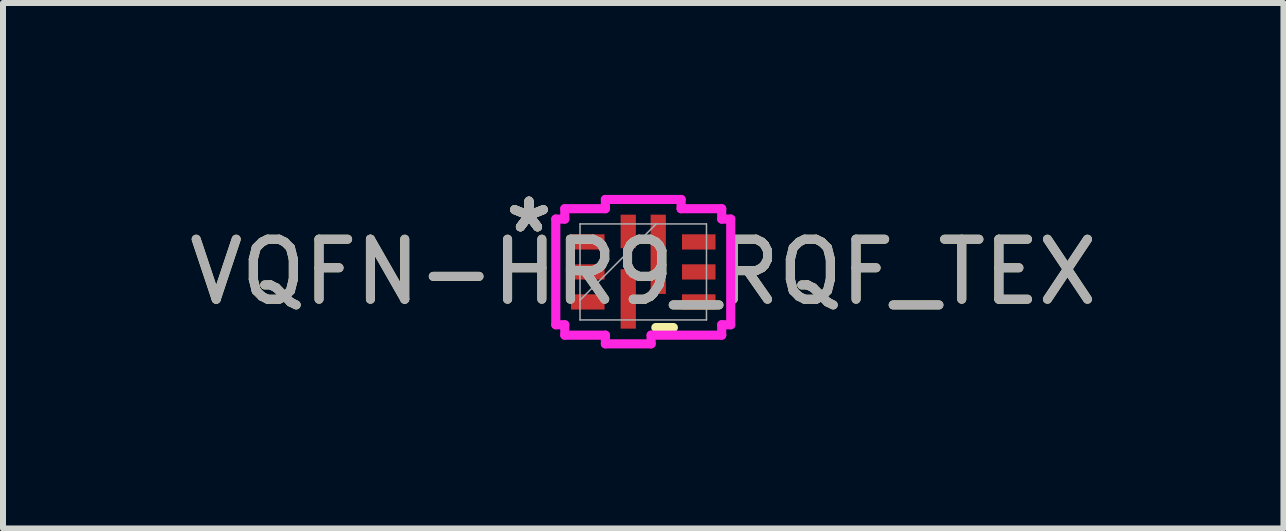
<source format=kicad_pcb>
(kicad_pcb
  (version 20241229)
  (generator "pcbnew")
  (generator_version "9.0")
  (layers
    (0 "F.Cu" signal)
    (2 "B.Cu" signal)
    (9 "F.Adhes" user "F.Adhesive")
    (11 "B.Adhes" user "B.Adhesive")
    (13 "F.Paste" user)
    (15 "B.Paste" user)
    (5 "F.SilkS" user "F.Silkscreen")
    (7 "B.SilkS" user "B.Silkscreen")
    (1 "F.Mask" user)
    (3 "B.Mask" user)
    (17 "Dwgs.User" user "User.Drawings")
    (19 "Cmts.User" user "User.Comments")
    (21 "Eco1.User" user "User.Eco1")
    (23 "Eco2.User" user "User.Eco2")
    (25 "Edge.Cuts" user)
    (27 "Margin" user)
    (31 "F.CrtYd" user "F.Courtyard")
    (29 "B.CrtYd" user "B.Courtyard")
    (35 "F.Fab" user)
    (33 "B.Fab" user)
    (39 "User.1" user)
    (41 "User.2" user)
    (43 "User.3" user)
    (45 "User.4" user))
  (footprint "VQFN-HR9_RQF_TEX"
    (layer "F.Cu")
    (at 7.673 1.483)
    (property "Reference" "VQFN-HR9_RQF_TEX" (at 0 0 0) (unlocked yes) (layer "F.SilkS") (effects (font (size 1 1) (thickness 0.15))))
    (attr smd)
    (fp_line (start 0.21 0.927) (end 0.502 0.927) (stroke (width 0.152) (type solid)) (layer "F.SilkS"))
    (fp_line (start -1.458 -0.881) (end -1.458 0.881) (stroke (width 0.152) (type solid)) (layer "F.CrtYd"))
    (fp_line (start -1.458 0.881) (end -1.308 0.881) (stroke (width 0.152) (type solid)) (layer "F.CrtYd"))
    (fp_line (start -1.308 -1.054) (end -1.308 -0.881) (stroke (width 0.152) (type solid)) (layer "F.CrtYd"))
    (fp_line (start -1.308 -0.881) (end -1.458 -0.881) (stroke (width 0.152) (type solid)) (layer "F.CrtYd"))
    (fp_line (start -1.308 0.881) (end -1.308 1.054) (stroke (width 0.152) (type solid)) (layer "F.CrtYd"))
    (fp_line (start -1.308 1.054) (end -0.631 1.054) (stroke (width 0.152) (type solid)) (layer "F.CrtYd"))
    (fp_line (start -0.631 -1.208) (end -0.631 -1.054) (stroke (width 0.152) (type solid)) (layer "F.CrtYd"))
    (fp_line (start -0.631 -1.054) (end -1.308 -1.054) (stroke (width 0.152) (type solid)) (layer "F.CrtYd"))
    (fp_line (start -0.631 1.054) (end -0.631 1.199) (stroke (width 0.152) (type solid)) (layer "F.CrtYd"))
    (fp_line (start -0.631 1.199) (end 0.131 1.199) (stroke (width 0.152) (type solid)) (layer "F.CrtYd"))
    (fp_line (start 0.131 1.199) (end 0.131 1.054) (stroke (width 0.152) (type solid)) (layer "F.CrtYd"))
    (fp_line (start 0.131 1.054) (end 1.308 1.054) (stroke (width 0.152) (type solid)) (layer "F.CrtYd"))
    (fp_line (start 0.631 -1.208) (end -0.631 -1.208) (stroke (width 0.152) (type solid)) (layer "F.CrtYd"))
    (fp_line (start 0.631 -1.054) (end 0.631 -1.208) (stroke (width 0.152) (type solid)) (layer "F.CrtYd"))
    (fp_line (start 1.308 -1.054) (end 0.631 -1.054) (stroke (width 0.152) (type solid)) (layer "F.CrtYd"))
    (fp_line (start 1.308 -0.881) (end 1.308 -1.054) (stroke (width 0.152) (type solid)) (layer "F.CrtYd"))
    (fp_line (start 1.308 0.881) (end 1.458 0.881) (stroke (width 0.152) (type solid)) (layer "F.CrtYd"))
    (fp_line (start 1.308 1.054) (end 1.308 0.881) (stroke (width 0.152) (type solid)) (layer "F.CrtYd"))
    (fp_line (start 1.458 -0.881) (end 1.308 -0.881) (stroke (width 0.152) (type solid)) (layer "F.CrtYd"))
    (fp_line (start 1.458 0.881) (end 1.458 -0.881) (stroke (width 0.152) (type solid)) (layer "F.CrtYd"))
    (fp_line (start -1.054 -0.8) (end -1.054 0.8) (stroke (width 0.025) (type solid)) (layer "F.Fab"))
    (fp_line (start -1.054 0.47) (end 0.216 -0.8) (stroke (width 0.025) (type solid)) (layer "F.Fab"))
    (fp_line (start -1.054 0.8) (end 1.054 0.8) (stroke (width 0.025) (type solid)) (layer "F.Fab"))
    (fp_line (start 1.054 -0.8) (end -1.054 -0.8) (stroke (width 0.025) (type solid)) (layer "F.Fab"))
    (fp_line (start 1.054 0.8) (end 1.054 -0.8) (stroke (width 0.025) (type solid)) (layer "F.Fab"))
    (fp_text user "*" (at -1.905 -0.635 0) (unlocked yes) (layer "F.SilkS") (effects (font (size 1 1) (thickness 0.15))))
    (fp_text user "*" (at -1.905 -0.635 0) (layer "F.SilkS") (effects (font (size 1 1) (thickness 0.15))))
    (fp_text user "*" (at -1.905 -0.635 0) (unlocked yes) (layer "B.SilkS") (effects (font (size 1 1) (thickness 0.15))))
    (fp_text user "${REFERENCE}" (at 0 0 0) (unlocked yes) (layer "F.Fab") (effects (font (size 1 1) (thickness 0.15))))
    (fp_text user "*" (at -1.905 -0.635 0) (layer "F.Fab") (effects (font (size 1 1) (thickness 0.15))))
    (fp_text user "*" (at -1.905 -0.635 0) (unlocked yes) (layer "F.Fab") (effects (font (size 1 1) (thickness 0.15))))
    (pad "1" smd rect (at -0.925 -0.5) (size 0.559 0.254) (layers "F.Cu" "F.Mask" "F.Paste"))
    (pad "2" smd rect (at -0.925 0) (size 0.559 0.254) (layers "F.Cu" "F.Mask" "F.Paste"))
    (pad "3" smd rect (at -0.925 0.5) (size 0.559 0.254) (layers "F.Cu" "F.Mask" "F.Paste"))
    (pad "4" smd rect (at -0.25 0.45 90) (size 0.991 0.254) (layers "F.Cu" "F.Mask" "F.Paste"))
    (pad "5" smd rect (at 0.925 0.5) (size 0.559 0.254) (layers "F.Cu" "F.Mask" "F.Paste"))
    (pad "6" smd rect (at 0.925 0) (size 0.559 0.254) (layers "F.Cu" "F.Mask" "F.Paste"))
    (pad "7" smd rect (at 0.925 -0.5) (size 0.559 0.254) (layers "F.Cu" "F.Mask" "F.Paste"))
    (pad "8" smd rect (at 0.25 -0.294 90) (size 1.321 0.254) (layers "F.Cu" "F.Mask" "F.Paste"))
    (pad "9" smd rect (at -0.25 -0.675 90) (size 0.559 0.254) (layers "F.Cu" "F.Mask" "F.Paste")))
  (gr_rect
    (start -3 -3)
    (end 18.345 5.759)
    (stroke (width 0.1) (type default))
    (fill no)
    (layer "Edge.Cuts")))
</source>
